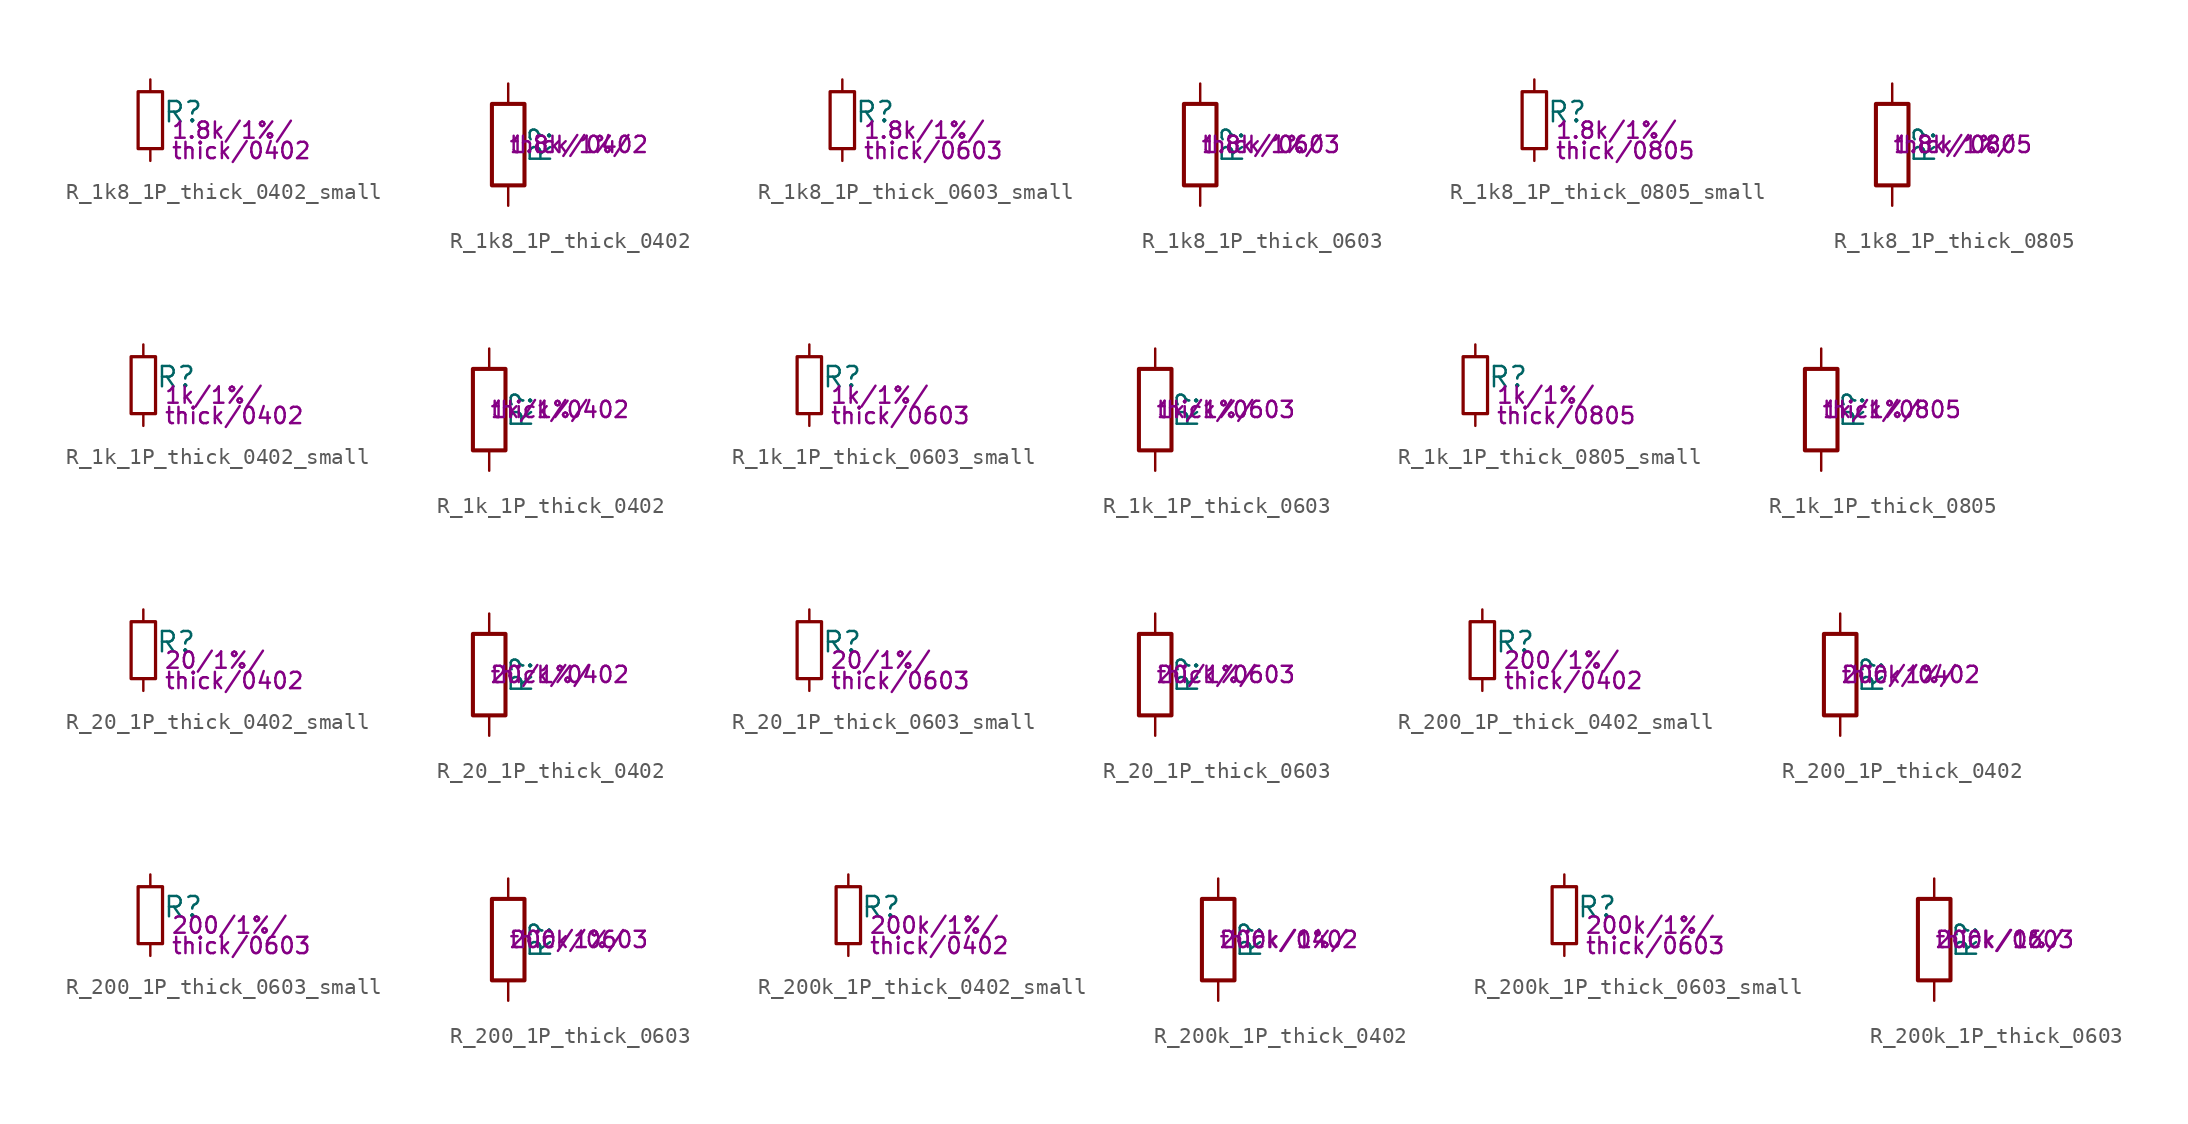
<source format=kicad_sym>
(kicad_symbol_lib
  (version 20211014)
  (generator kicad_symbol_editor)
  (symbol "R_1k8_1P_thick_0402_small"
    (pin_numbers hide)
    (pin_names
      (offset 0.254) hide)
    (property "Reference" "R"
      (at 0.762 0.508 0)
      (effects (font (size 1.27 1.27)) (justify left)))
    (property "Params" "1.8k/1%/"
      (at 1.27 -0.635 0)
      (effects (font (size 1.016 1.016)) (justify left)))
    (property "Params2" "thick/0402"
      (at 1.27 -1.905 0)
      (effects (font (size 1.016 1.016)) (justify left)))
    (symbol "R_1k8_1P_thick_0402_small_0_1"
      (rectangle (start -0.762 1.778) (end 0.762 -1.778) (stroke (width 0.203) (type default) (color 0 0 0 0)) (fill (type none))))
    (symbol "R_1k8_1P_thick_0402_small_1_1"
      (pin passive line (at 0 2.54 270) (length 0.762) (name "~" (effects (font (size 1.27 1.27)))) (number "1" (effects (font (size 1.27 1.27)))))
      (pin passive line (at 0 -2.54 90) (length 0.762) (name "~" (effects (font (size 1.27 1.27)))) (number "2" (effects (font (size 1.27 1.27)))))))
  (symbol "R_1k8_1P_thick_0402"
    (pin_numbers hide)
    (pin_names
      (offset 0))
    (property "Reference" "R"
      (at 2.032 0 90)
      (effects (font (size 1.27 1.27))))
    (property "Params" "1.8k/1%/"
      (at 0 0 0)
      (effects (font (size 1.016 1.016)) (justify left)))
    (property "Params2" "thick/0402"
      (at 0 0 0)
      (effects (font (size 1.016 1.016)) (justify left)))
    (symbol "R_1k8_1P_thick_0402_0_1"
      (rectangle (start -1.016 -2.54) (end 1.016 2.54) (stroke (width 0.254) (type default) (color 0 0 0 0)) (fill (type none))))
    (symbol "R_1k8_1P_thick_0402_1_1"
      (pin passive line (at 0 3.81 270) (length 1.27) (name "~" (effects (font (size 1.27 1.27)))) (number "1" (effects (font (size 1.27 1.27)))))
      (pin passive line (at 0 -3.81 90) (length 1.27) (name "~" (effects (font (size 1.27 1.27)))) (number "2" (effects (font (size 1.27 1.27)))))))
  (symbol "R_1k8_1P_thick_0603_small"
    (pin_numbers hide)
    (pin_names
      (offset 0.254) hide)
    (property "Reference" "R"
      (at 0.762 0.508 0)
      (effects (font (size 1.27 1.27)) (justify left)))
    (property "Params" "1.8k/1%/"
      (at 1.27 -0.635 0)
      (effects (font (size 1.016 1.016)) (justify left)))
    (property "Params2" "thick/0603"
      (at 1.27 -1.905 0)
      (effects (font (size 1.016 1.016)) (justify left)))
    (symbol "R_1k8_1P_thick_0603_small_0_1"
      (rectangle (start -0.762 1.778) (end 0.762 -1.778) (stroke (width 0.203) (type default) (color 0 0 0 0)) (fill (type none))))
    (symbol "R_1k8_1P_thick_0603_small_1_1"
      (pin passive line (at 0 2.54 270) (length 0.762) (name "~" (effects (font (size 1.27 1.27)))) (number "1" (effects (font (size 1.27 1.27)))))
      (pin passive line (at 0 -2.54 90) (length 0.762) (name "~" (effects (font (size 1.27 1.27)))) (number "2" (effects (font (size 1.27 1.27)))))))
  (symbol "R_1k8_1P_thick_0603"
    (pin_numbers hide)
    (pin_names
      (offset 0))
    (property "Reference" "R"
      (at 2.032 0 90)
      (effects (font (size 1.27 1.27))))
    (property "Params" "1.8k/1%/"
      (at 0 0 0)
      (effects (font (size 1.016 1.016)) (justify left)))
    (property "Params2" "thick/0603"
      (at 0 0 0)
      (effects (font (size 1.016 1.016)) (justify left)))
    (symbol "R_1k8_1P_thick_0603_0_1"
      (rectangle (start -1.016 -2.54) (end 1.016 2.54) (stroke (width 0.254) (type default) (color 0 0 0 0)) (fill (type none))))
    (symbol "R_1k8_1P_thick_0603_1_1"
      (pin passive line (at 0 3.81 270) (length 1.27) (name "~" (effects (font (size 1.27 1.27)))) (number "1" (effects (font (size 1.27 1.27)))))
      (pin passive line (at 0 -3.81 90) (length 1.27) (name "~" (effects (font (size 1.27 1.27)))) (number "2" (effects (font (size 1.27 1.27)))))))
  (symbol "R_1k8_1P_thick_0805_small"
    (pin_numbers hide)
    (pin_names
      (offset 0.254) hide)
    (property "Reference" "R"
      (at 0.762 0.508 0)
      (effects (font (size 1.27 1.27)) (justify left)))
    (property "Params" "1.8k/1%/"
      (at 1.27 -0.635 0)
      (effects (font (size 1.016 1.016)) (justify left)))
    (property "Params2" "thick/0805"
      (at 1.27 -1.905 0)
      (effects (font (size 1.016 1.016)) (justify left)))
    (symbol "R_1k8_1P_thick_0805_small_0_1"
      (rectangle (start -0.762 1.778) (end 0.762 -1.778) (stroke (width 0.203) (type default) (color 0 0 0 0)) (fill (type none))))
    (symbol "R_1k8_1P_thick_0805_small_1_1"
      (pin passive line (at 0 2.54 270) (length 0.762) (name "~" (effects (font (size 1.27 1.27)))) (number "1" (effects (font (size 1.27 1.27)))))
      (pin passive line (at 0 -2.54 90) (length 0.762) (name "~" (effects (font (size 1.27 1.27)))) (number "2" (effects (font (size 1.27 1.27)))))))
  (symbol "R_1k8_1P_thick_0805"
    (pin_numbers hide)
    (pin_names
      (offset 0))
    (property "Reference" "R"
      (at 2.032 0 90)
      (effects (font (size 1.27 1.27))))
    (property "Params" "1.8k/1%/"
      (at 0 0 0)
      (effects (font (size 1.016 1.016)) (justify left)))
    (property "Params2" "thick/0805"
      (at 0 0 0)
      (effects (font (size 1.016 1.016)) (justify left)))
    (symbol "R_1k8_1P_thick_0805_0_1"
      (rectangle (start -1.016 -2.54) (end 1.016 2.54) (stroke (width 0.254) (type default) (color 0 0 0 0)) (fill (type none))))
    (symbol "R_1k8_1P_thick_0805_1_1"
      (pin passive line (at 0 3.81 270) (length 1.27) (name "~" (effects (font (size 1.27 1.27)))) (number "1" (effects (font (size 1.27 1.27)))))
      (pin passive line (at 0 -3.81 90) (length 1.27) (name "~" (effects (font (size 1.27 1.27)))) (number "2" (effects (font (size 1.27 1.27)))))))
  (symbol "R_1k_1P_thick_0402_small"
    (pin_numbers hide)
    (pin_names
      (offset 0.254) hide)
    (property "Reference" "R"
      (at 0.762 0.508 0)
      (effects (font (size 1.27 1.27)) (justify left)))
    (property "Params" "1k/1%/"
      (at 1.27 -0.635 0)
      (effects (font (size 1.016 1.016)) (justify left)))
    (property "Params2" "thick/0402"
      (at 1.27 -1.905 0)
      (effects (font (size 1.016 1.016)) (justify left)))
    (symbol "R_1k_1P_thick_0402_small_0_1"
      (rectangle (start -0.762 1.778) (end 0.762 -1.778) (stroke (width 0.203) (type default) (color 0 0 0 0)) (fill (type none))))
    (symbol "R_1k_1P_thick_0402_small_1_1"
      (pin passive line (at 0 2.54 270) (length 0.762) (name "~" (effects (font (size 1.27 1.27)))) (number "1" (effects (font (size 1.27 1.27)))))
      (pin passive line (at 0 -2.54 90) (length 0.762) (name "~" (effects (font (size 1.27 1.27)))) (number "2" (effects (font (size 1.27 1.27)))))))
  (symbol "R_1k_1P_thick_0402"
    (pin_numbers hide)
    (pin_names
      (offset 0))
    (property "Reference" "R"
      (at 2.032 0 90)
      (effects (font (size 1.27 1.27))))
    (property "Params" "1k/1%/"
      (at 0 0 0)
      (effects (font (size 1.016 1.016)) (justify left)))
    (property "Params2" "thick/0402"
      (at 0 0 0)
      (effects (font (size 1.016 1.016)) (justify left)))
    (symbol "R_1k_1P_thick_0402_0_1"
      (rectangle (start -1.016 -2.54) (end 1.016 2.54) (stroke (width 0.254) (type default) (color 0 0 0 0)) (fill (type none))))
    (symbol "R_1k_1P_thick_0402_1_1"
      (pin passive line (at 0 3.81 270) (length 1.27) (name "~" (effects (font (size 1.27 1.27)))) (number "1" (effects (font (size 1.27 1.27)))))
      (pin passive line (at 0 -3.81 90) (length 1.27) (name "~" (effects (font (size 1.27 1.27)))) (number "2" (effects (font (size 1.27 1.27)))))))
  (symbol "R_1k_1P_thick_0603_small"
    (pin_numbers hide)
    (pin_names
      (offset 0.254) hide)
    (property "Reference" "R"
      (at 0.762 0.508 0)
      (effects (font (size 1.27 1.27)) (justify left)))
    (property "Params" "1k/1%/"
      (at 1.27 -0.635 0)
      (effects (font (size 1.016 1.016)) (justify left)))
    (property "Params2" "thick/0603"
      (at 1.27 -1.905 0)
      (effects (font (size 1.016 1.016)) (justify left)))
    (symbol "R_1k_1P_thick_0603_small_0_1"
      (rectangle (start -0.762 1.778) (end 0.762 -1.778) (stroke (width 0.203) (type default) (color 0 0 0 0)) (fill (type none))))
    (symbol "R_1k_1P_thick_0603_small_1_1"
      (pin passive line (at 0 2.54 270) (length 0.762) (name "~" (effects (font (size 1.27 1.27)))) (number "1" (effects (font (size 1.27 1.27)))))
      (pin passive line (at 0 -2.54 90) (length 0.762) (name "~" (effects (font (size 1.27 1.27)))) (number "2" (effects (font (size 1.27 1.27)))))))
  (symbol "R_1k_1P_thick_0603"
    (pin_numbers hide)
    (pin_names
      (offset 0))
    (property "Reference" "R"
      (at 2.032 0 90)
      (effects (font (size 1.27 1.27))))
    (property "Params" "1k/1%/"
      (at 0 0 0)
      (effects (font (size 1.016 1.016)) (justify left)))
    (property "Params2" "thick/0603"
      (at 0 0 0)
      (effects (font (size 1.016 1.016)) (justify left)))
    (symbol "R_1k_1P_thick_0603_0_1"
      (rectangle (start -1.016 -2.54) (end 1.016 2.54) (stroke (width 0.254) (type default) (color 0 0 0 0)) (fill (type none))))
    (symbol "R_1k_1P_thick_0603_1_1"
      (pin passive line (at 0 3.81 270) (length 1.27) (name "~" (effects (font (size 1.27 1.27)))) (number "1" (effects (font (size 1.27 1.27)))))
      (pin passive line (at 0 -3.81 90) (length 1.27) (name "~" (effects (font (size 1.27 1.27)))) (number "2" (effects (font (size 1.27 1.27)))))))
  (symbol "R_1k_1P_thick_0805_small"
    (pin_numbers hide)
    (pin_names
      (offset 0.254) hide)
    (property "Reference" "R"
      (at 0.762 0.508 0)
      (effects (font (size 1.27 1.27)) (justify left)))
    (property "Params" "1k/1%/"
      (at 1.27 -0.635 0)
      (effects (font (size 1.016 1.016)) (justify left)))
    (property "Params2" "thick/0805"
      (at 1.27 -1.905 0)
      (effects (font (size 1.016 1.016)) (justify left)))
    (symbol "R_1k_1P_thick_0805_small_0_1"
      (rectangle (start -0.762 1.778) (end 0.762 -1.778) (stroke (width 0.203) (type default) (color 0 0 0 0)) (fill (type none))))
    (symbol "R_1k_1P_thick_0805_small_1_1"
      (pin passive line (at 0 2.54 270) (length 0.762) (name "~" (effects (font (size 1.27 1.27)))) (number "1" (effects (font (size 1.27 1.27)))))
      (pin passive line (at 0 -2.54 90) (length 0.762) (name "~" (effects (font (size 1.27 1.27)))) (number "2" (effects (font (size 1.27 1.27)))))))
  (symbol "R_1k_1P_thick_0805"
    (pin_numbers hide)
    (pin_names
      (offset 0))
    (property "Reference" "R"
      (at 2.032 0 90)
      (effects (font (size 1.27 1.27))))
    (property "Params" "1k/1%/"
      (at 0 0 0)
      (effects (font (size 1.016 1.016)) (justify left)))
    (property "Params2" "thick/0805"
      (at 0 0 0)
      (effects (font (size 1.016 1.016)) (justify left)))
    (symbol "R_1k_1P_thick_0805_0_1"
      (rectangle (start -1.016 -2.54) (end 1.016 2.54) (stroke (width 0.254) (type default) (color 0 0 0 0)) (fill (type none))))
    (symbol "R_1k_1P_thick_0805_1_1"
      (pin passive line (at 0 3.81 270) (length 1.27) (name "~" (effects (font (size 1.27 1.27)))) (number "1" (effects (font (size 1.27 1.27)))))
      (pin passive line (at 0 -3.81 90) (length 1.27) (name "~" (effects (font (size 1.27 1.27)))) (number "2" (effects (font (size 1.27 1.27)))))))
  (symbol "R_20_1P_thick_0402_small"
    (pin_numbers hide)
    (pin_names
      (offset 0.254) hide)
    (property "Reference" "R"
      (at 0.762 0.508 0)
      (effects (font (size 1.27 1.27)) (justify left)))
    (property "Params" "20/1%/"
      (at 1.27 -0.635 0)
      (effects (font (size 1.016 1.016)) (justify left)))
    (property "Params2" "thick/0402"
      (at 1.27 -1.905 0)
      (effects (font (size 1.016 1.016)) (justify left)))
    (symbol "R_20_1P_thick_0402_small_0_1"
      (rectangle (start -0.762 1.778) (end 0.762 -1.778) (stroke (width 0.203) (type default) (color 0 0 0 0)) (fill (type none))))
    (symbol "R_20_1P_thick_0402_small_1_1"
      (pin passive line (at 0 2.54 270) (length 0.762) (name "~" (effects (font (size 1.27 1.27)))) (number "1" (effects (font (size 1.27 1.27)))))
      (pin passive line (at 0 -2.54 90) (length 0.762) (name "~" (effects (font (size 1.27 1.27)))) (number "2" (effects (font (size 1.27 1.27)))))))
  (symbol "R_20_1P_thick_0402"
    (pin_numbers hide)
    (pin_names
      (offset 0))
    (property "Reference" "R"
      (at 2.032 0 90)
      (effects (font (size 1.27 1.27))))
    (property "Params" "20/1%/"
      (at 0 0 0)
      (effects (font (size 1.016 1.016)) (justify left)))
    (property "Params2" "thick/0402"
      (at 0 0 0)
      (effects (font (size 1.016 1.016)) (justify left)))
    (symbol "R_20_1P_thick_0402_0_1"
      (rectangle (start -1.016 -2.54) (end 1.016 2.54) (stroke (width 0.254) (type default) (color 0 0 0 0)) (fill (type none))))
    (symbol "R_20_1P_thick_0402_1_1"
      (pin passive line (at 0 3.81 270) (length 1.27) (name "~" (effects (font (size 1.27 1.27)))) (number "1" (effects (font (size 1.27 1.27)))))
      (pin passive line (at 0 -3.81 90) (length 1.27) (name "~" (effects (font (size 1.27 1.27)))) (number "2" (effects (font (size 1.27 1.27)))))))
  (symbol "R_20_1P_thick_0603_small"
    (pin_numbers hide)
    (pin_names
      (offset 0.254) hide)
    (property "Reference" "R"
      (at 0.762 0.508 0)
      (effects (font (size 1.27 1.27)) (justify left)))
    (property "Params" "20/1%/"
      (at 1.27 -0.635 0)
      (effects (font (size 1.016 1.016)) (justify left)))
    (property "Params2" "thick/0603"
      (at 1.27 -1.905 0)
      (effects (font (size 1.016 1.016)) (justify left)))
    (symbol "R_20_1P_thick_0603_small_0_1"
      (rectangle (start -0.762 1.778) (end 0.762 -1.778) (stroke (width 0.203) (type default) (color 0 0 0 0)) (fill (type none))))
    (symbol "R_20_1P_thick_0603_small_1_1"
      (pin passive line (at 0 2.54 270) (length 0.762) (name "~" (effects (font (size 1.27 1.27)))) (number "1" (effects (font (size 1.27 1.27)))))
      (pin passive line (at 0 -2.54 90) (length 0.762) (name "~" (effects (font (size 1.27 1.27)))) (number "2" (effects (font (size 1.27 1.27)))))))
  (symbol "R_20_1P_thick_0603"
    (pin_numbers hide)
    (pin_names
      (offset 0))
    (property "Reference" "R"
      (at 2.032 0 90)
      (effects (font (size 1.27 1.27))))
    (property "Params" "20/1%/"
      (at 0 0 0)
      (effects (font (size 1.016 1.016)) (justify left)))
    (property "Params2" "thick/0603"
      (at 0 0 0)
      (effects (font (size 1.016 1.016)) (justify left)))
    (symbol "R_20_1P_thick_0603_0_1"
      (rectangle (start -1.016 -2.54) (end 1.016 2.54) (stroke (width 0.254) (type default) (color 0 0 0 0)) (fill (type none))))
    (symbol "R_20_1P_thick_0603_1_1"
      (pin passive line (at 0 3.81 270) (length 1.27) (name "~" (effects (font (size 1.27 1.27)))) (number "1" (effects (font (size 1.27 1.27)))))
      (pin passive line (at 0 -3.81 90) (length 1.27) (name "~" (effects (font (size 1.27 1.27)))) (number "2" (effects (font (size 1.27 1.27)))))))
  (symbol "R_200_1P_thick_0402_small"
    (pin_numbers hide)
    (pin_names
      (offset 0.254) hide)
    (property "Reference" "R"
      (at 0.762 0.508 0)
      (effects (font (size 1.27 1.27)) (justify left)))
    (property "Params" "200/1%/"
      (at 1.27 -0.635 0)
      (effects (font (size 1.016 1.016)) (justify left)))
    (property "Params2" "thick/0402"
      (at 1.27 -1.905 0)
      (effects (font (size 1.016 1.016)) (justify left)))
    (symbol "R_200_1P_thick_0402_small_0_1"
      (rectangle (start -0.762 1.778) (end 0.762 -1.778) (stroke (width 0.203) (type default) (color 0 0 0 0)) (fill (type none))))
    (symbol "R_200_1P_thick_0402_small_1_1"
      (pin passive line (at 0 2.54 270) (length 0.762) (name "~" (effects (font (size 1.27 1.27)))) (number "1" (effects (font (size 1.27 1.27)))))
      (pin passive line (at 0 -2.54 90) (length 0.762) (name "~" (effects (font (size 1.27 1.27)))) (number "2" (effects (font (size 1.27 1.27)))))))
  (symbol "R_200_1P_thick_0402"
    (pin_numbers hide)
    (pin_names
      (offset 0))
    (property "Reference" "R"
      (at 2.032 0 90)
      (effects (font (size 1.27 1.27))))
    (property "Params" "200/1%/"
      (at 0 0 0)
      (effects (font (size 1.016 1.016)) (justify left)))
    (property "Params2" "thick/0402"
      (at 0 0 0)
      (effects (font (size 1.016 1.016)) (justify left)))
    (symbol "R_200_1P_thick_0402_0_1"
      (rectangle (start -1.016 -2.54) (end 1.016 2.54) (stroke (width 0.254) (type default) (color 0 0 0 0)) (fill (type none))))
    (symbol "R_200_1P_thick_0402_1_1"
      (pin passive line (at 0 3.81 270) (length 1.27) (name "~" (effects (font (size 1.27 1.27)))) (number "1" (effects (font (size 1.27 1.27)))))
      (pin passive line (at 0 -3.81 90) (length 1.27) (name "~" (effects (font (size 1.27 1.27)))) (number "2" (effects (font (size 1.27 1.27)))))))
  (symbol "R_200_1P_thick_0603_small"
    (pin_numbers hide)
    (pin_names
      (offset 0.254) hide)
    (property "Reference" "R"
      (at 0.762 0.508 0)
      (effects (font (size 1.27 1.27)) (justify left)))
    (property "Params" "200/1%/"
      (at 1.27 -0.635 0)
      (effects (font (size 1.016 1.016)) (justify left)))
    (property "Params2" "thick/0603"
      (at 1.27 -1.905 0)
      (effects (font (size 1.016 1.016)) (justify left)))
    (symbol "R_200_1P_thick_0603_small_0_1"
      (rectangle (start -0.762 1.778) (end 0.762 -1.778) (stroke (width 0.203) (type default) (color 0 0 0 0)) (fill (type none))))
    (symbol "R_200_1P_thick_0603_small_1_1"
      (pin passive line (at 0 2.54 270) (length 0.762) (name "~" (effects (font (size 1.27 1.27)))) (number "1" (effects (font (size 1.27 1.27)))))
      (pin passive line (at 0 -2.54 90) (length 0.762) (name "~" (effects (font (size 1.27 1.27)))) (number "2" (effects (font (size 1.27 1.27)))))))
  (symbol "R_200_1P_thick_0603"
    (pin_numbers hide)
    (pin_names
      (offset 0))
    (property "Reference" "R"
      (at 2.032 0 90)
      (effects (font (size 1.27 1.27))))
    (property "Params" "200/1%/"
      (at 0 0 0)
      (effects (font (size 1.016 1.016)) (justify left)))
    (property "Params2" "thick/0603"
      (at 0 0 0)
      (effects (font (size 1.016 1.016)) (justify left)))
    (symbol "R_200_1P_thick_0603_0_1"
      (rectangle (start -1.016 -2.54) (end 1.016 2.54) (stroke (width 0.254) (type default) (color 0 0 0 0)) (fill (type none))))
    (symbol "R_200_1P_thick_0603_1_1"
      (pin passive line (at 0 3.81 270) (length 1.27) (name "~" (effects (font (size 1.27 1.27)))) (number "1" (effects (font (size 1.27 1.27)))))
      (pin passive line (at 0 -3.81 90) (length 1.27) (name "~" (effects (font (size 1.27 1.27)))) (number "2" (effects (font (size 1.27 1.27)))))))
  (symbol "R_200k_1P_thick_0402_small"
    (pin_numbers hide)
    (pin_names
      (offset 0.254) hide)
    (property "Reference" "R"
      (at 0.762 0.508 0)
      (effects (font (size 1.27 1.27)) (justify left)))
    (property "Params" "200k/1%/"
      (at 1.27 -0.635 0)
      (effects (font (size 1.016 1.016)) (justify left)))
    (property "Params2" "thick/0402"
      (at 1.27 -1.905 0)
      (effects (font (size 1.016 1.016)) (justify left)))
    (symbol "R_200k_1P_thick_0402_small_0_1"
      (rectangle (start -0.762 1.778) (end 0.762 -1.778) (stroke (width 0.203) (type default) (color 0 0 0 0)) (fill (type none))))
    (symbol "R_200k_1P_thick_0402_small_1_1"
      (pin passive line (at 0 2.54 270) (length 0.762) (name "~" (effects (font (size 1.27 1.27)))) (number "1" (effects (font (size 1.27 1.27)))))
      (pin passive line (at 0 -2.54 90) (length 0.762) (name "~" (effects (font (size 1.27 1.27)))) (number "2" (effects (font (size 1.27 1.27)))))))
  (symbol "R_200k_1P_thick_0402"
    (pin_numbers hide)
    (pin_names
      (offset 0))
    (property "Reference" "R"
      (at 2.032 0 90)
      (effects (font (size 1.27 1.27))))
    (property "Params" "200k/1%/"
      (at 0 0 0)
      (effects (font (size 1.016 1.016)) (justify left)))
    (property "Params2" "thick/0402"
      (at 0 0 0)
      (effects (font (size 1.016 1.016)) (justify left)))
    (symbol "R_200k_1P_thick_0402_0_1"
      (rectangle (start -1.016 -2.54) (end 1.016 2.54) (stroke (width 0.254) (type default) (color 0 0 0 0)) (fill (type none))))
    (symbol "R_200k_1P_thick_0402_1_1"
      (pin passive line (at 0 3.81 270) (length 1.27) (name "~" (effects (font (size 1.27 1.27)))) (number "1" (effects (font (size 1.27 1.27)))))
      (pin passive line (at 0 -3.81 90) (length 1.27) (name "~" (effects (font (size 1.27 1.27)))) (number "2" (effects (font (size 1.27 1.27)))))))
  (symbol "R_200k_1P_thick_0603_small"
    (pin_numbers hide)
    (pin_names
      (offset 0.254) hide)
    (property "Reference" "R"
      (at 0.762 0.508 0)
      (effects (font (size 1.27 1.27)) (justify left)))
    (property "Params" "200k/1%/"
      (at 1.27 -0.635 0)
      (effects (font (size 1.016 1.016)) (justify left)))
    (property "Params2" "thick/0603"
      (at 1.27 -1.905 0)
      (effects (font (size 1.016 1.016)) (justify left)))
    (symbol "R_200k_1P_thick_0603_small_0_1"
      (rectangle (start -0.762 1.778) (end 0.762 -1.778) (stroke (width 0.203) (type default) (color 0 0 0 0)) (fill (type none))))
    (symbol "R_200k_1P_thick_0603_small_1_1"
      (pin passive line (at 0 2.54 270) (length 0.762) (name "~" (effects (font (size 1.27 1.27)))) (number "1" (effects (font (size 1.27 1.27)))))
      (pin passive line (at 0 -2.54 90) (length 0.762) (name "~" (effects (font (size 1.27 1.27)))) (number "2" (effects (font (size 1.27 1.27)))))))
  (symbol "R_200k_1P_thick_0603"
    (pin_numbers hide)
    (pin_names
      (offset 0))
    (property "Reference" "R"
      (at 2.032 0 90)
      (effects (font (size 1.27 1.27))))
    (property "Params" "200k/1%/"
      (at 0 0 0)
      (effects (font (size 1.016 1.016)) (justify left)))
    (property "Params2" "thick/0603"
      (at 0 0 0)
      (effects (font (size 1.016 1.016)) (justify left)))
    (symbol "R_200k_1P_thick_0603_0_1"
      (rectangle (start -1.016 -2.54) (end 1.016 2.54) (stroke (width 0.254) (type default) (color 0 0 0 0)) (fill (type none))))
    (symbol "R_200k_1P_thick_0603_1_1"
      (pin passive line (at 0 3.81 270) (length 1.27) (name "~" (effects (font (size 1.27 1.27)))) (number "1" (effects (font (size 1.27 1.27)))))
      (pin passive line (at 0 -3.81 90) (length 1.27) (name "~" (effects (font (size 1.27 1.27)))) (number "2" (effects (font (size 1.27 1.27))))))))
</source>
